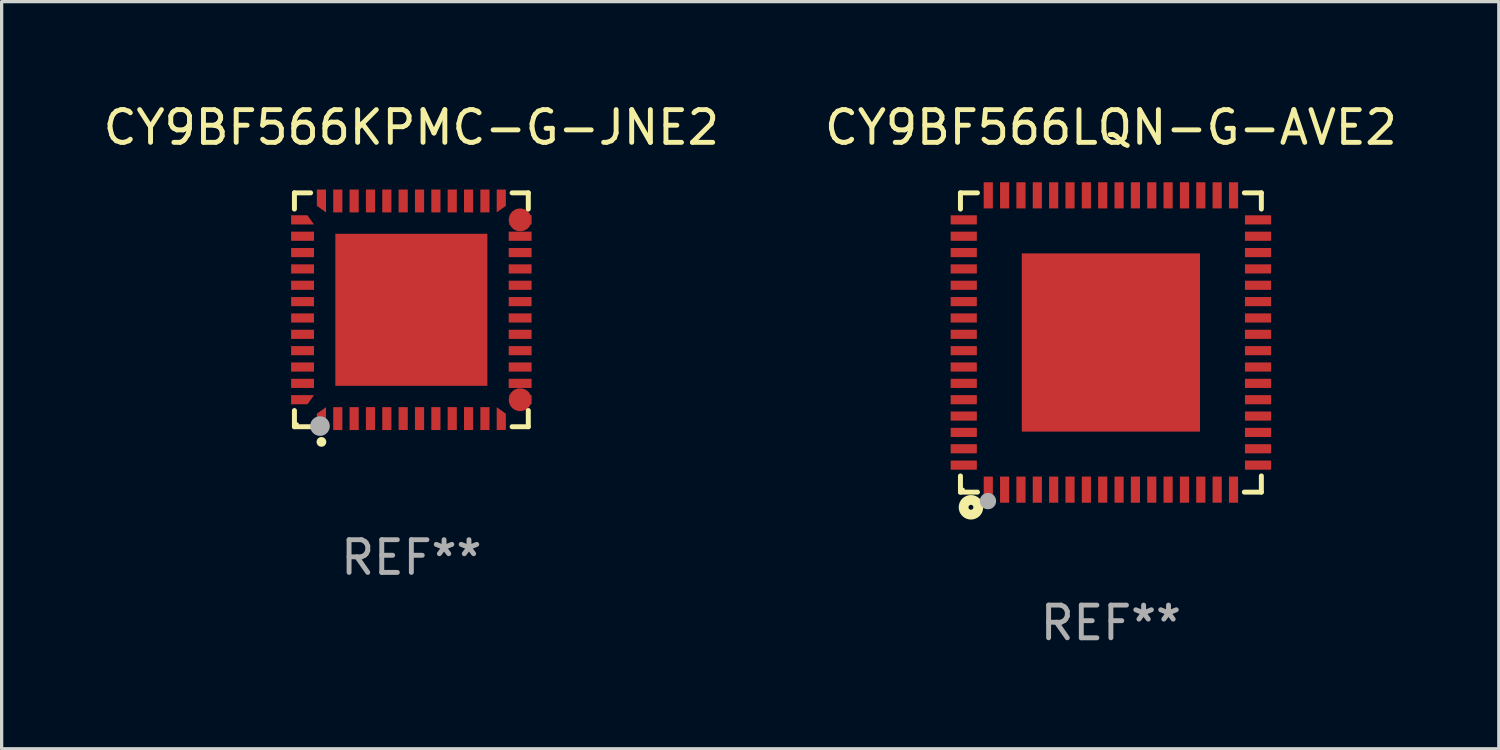
<source format=kicad_pcb>
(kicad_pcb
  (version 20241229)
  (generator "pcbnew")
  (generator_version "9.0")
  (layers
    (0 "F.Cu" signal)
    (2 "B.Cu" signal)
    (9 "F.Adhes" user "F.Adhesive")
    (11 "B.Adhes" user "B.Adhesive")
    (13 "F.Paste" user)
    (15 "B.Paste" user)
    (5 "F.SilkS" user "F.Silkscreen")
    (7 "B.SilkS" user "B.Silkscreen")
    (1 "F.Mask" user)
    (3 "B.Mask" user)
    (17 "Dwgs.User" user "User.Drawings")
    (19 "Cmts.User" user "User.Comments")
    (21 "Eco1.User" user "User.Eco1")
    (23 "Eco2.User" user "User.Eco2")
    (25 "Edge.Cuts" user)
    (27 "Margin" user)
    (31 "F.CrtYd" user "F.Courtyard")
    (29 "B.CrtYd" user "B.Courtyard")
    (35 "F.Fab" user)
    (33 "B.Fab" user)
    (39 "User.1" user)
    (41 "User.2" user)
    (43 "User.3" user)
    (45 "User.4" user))
  (footprint "CY9BF566LQN-G-AVE2"
    (layer "F.Cu")
    (at 30.923 7.424)
    (property "Reference" "CY9BF566LQN-G-AVE2" (at 0 -6.576 0) (layer "F.SilkS") (effects (font (size 1 1) (thickness 0.15))))
    (attr through_hole)
    (fp_line (start -4.601 -4.576) (end -4.081 -4.576) (stroke (width 0.152) (type solid)) (layer "F.SilkS"))
    (fp_line (start -4.601 -4.081) (end -4.601 -4.576) (stroke (width 0.152) (type solid)) (layer "F.SilkS"))
    (fp_line (start -4.601 4.081) (end -4.601 4.576) (stroke (width 0.152) (type solid)) (layer "F.SilkS"))
    (fp_line (start -4.601 4.576) (end -4.081 4.576) (stroke (width 0.152) (type solid)) (layer "F.SilkS"))
    (fp_line (start 4.601 -4.576) (end 4.081 -4.576) (stroke (width 0.152) (type solid)) (layer "F.SilkS"))
    (fp_line (start 4.601 -4.081) (end 4.601 -4.576) (stroke (width 0.152) (type solid)) (layer "F.SilkS"))
    (fp_line (start 4.601 4.081) (end 4.601 4.576) (stroke (width 0.152) (type solid)) (layer "F.SilkS"))
    (fp_line (start 4.601 4.576) (end 4.081 4.576) (stroke (width 0.152) (type solid)) (layer "F.SilkS"))
    (fp_circle (center -4.525 4.5) (end -4.495 4.5) (stroke (width 0.06) (type solid)) (fill no) (layer "F.SilkS"))
    (fp_circle (center -4.28 5.04) (end -4.205 5.04) (stroke (width 0.3) (type solid)) (fill no) (layer "F.SilkS"))
    (fp_circle (center -3.76 4.85) (end -3.635 4.85) (stroke (width 0.25) (type solid)) (fill no) (layer "F.Fab"))
    (fp_text user "REF**" (at 0 8.576 0) (layer "F.Fab") (effects (font (size 1 1) (thickness 0.15))))
    (pad "1" smd rect (at -3.75 4.5) (size 0.28 0.8) (layers "F.Cu" "F.Mask" "F.Paste"))
    (pad "2" smd rect (at -3.25 4.5) (size 0.28 0.8) (layers "F.Cu" "F.Mask" "F.Paste"))
    (pad "3" smd rect (at -2.75 4.5) (size 0.28 0.8) (layers "F.Cu" "F.Mask" "F.Paste"))
    (pad "4" smd rect (at -2.25 4.5) (size 0.28 0.8) (layers "F.Cu" "F.Mask" "F.Paste"))
    (pad "5" smd rect (at -1.75 4.5) (size 0.28 0.8) (layers "F.Cu" "F.Mask" "F.Paste"))
    (pad "6" smd rect (at -1.25 4.5) (size 0.28 0.8) (layers "F.Cu" "F.Mask" "F.Paste"))
    (pad "7" smd rect (at -0.75 4.5) (size 0.28 0.8) (layers "F.Cu" "F.Mask" "F.Paste"))
    (pad "8" smd rect (at -0.25 4.5) (size 0.28 0.8) (layers "F.Cu" "F.Mask" "F.Paste"))
    (pad "9" smd rect (at 0.25 4.5) (size 0.28 0.8) (layers "F.Cu" "F.Mask" "F.Paste"))
    (pad "10" smd rect (at 0.75 4.5) (size 0.28 0.8) (layers "F.Cu" "F.Mask" "F.Paste"))
    (pad "11" smd rect (at 1.25 4.5) (size 0.28 0.8) (layers "F.Cu" "F.Mask" "F.Paste"))
    (pad "12" smd rect (at 1.75 4.5) (size 0.28 0.8) (layers "F.Cu" "F.Mask" "F.Paste"))
    (pad "13" smd rect (at 2.25 4.5) (size 0.28 0.8) (layers "F.Cu" "F.Mask" "F.Paste"))
    (pad "14" smd rect (at 2.75 4.5) (size 0.28 0.8) (layers "F.Cu" "F.Mask" "F.Paste"))
    (pad "15" smd rect (at 3.25 4.5) (size 0.28 0.8) (layers "F.Cu" "F.Mask" "F.Paste"))
    (pad "16" smd rect (at 3.75 4.5) (size 0.28 0.8) (layers "F.Cu" "F.Mask" "F.Paste"))
    (pad "17" smd rect (at 4.5 3.75) (size 0.8 0.28) (layers "F.Cu" "F.Mask" "F.Paste"))
    (pad "18" smd rect (at 4.5 3.25) (size 0.8 0.28) (layers "F.Cu" "F.Mask" "F.Paste"))
    (pad "19" smd rect (at 4.5 2.75) (size 0.8 0.28) (layers "F.Cu" "F.Mask" "F.Paste"))
    (pad "20" smd rect (at 4.5 2.25) (size 0.8 0.28) (layers "F.Cu" "F.Mask" "F.Paste"))
    (pad "21" smd rect (at 4.5 1.75) (size 0.8 0.28) (layers "F.Cu" "F.Mask" "F.Paste"))
    (pad "22" smd rect (at 4.5 1.25) (size 0.8 0.28) (layers "F.Cu" "F.Mask" "F.Paste"))
    (pad "23" smd rect (at 4.5 0.75) (size 0.8 0.28) (layers "F.Cu" "F.Mask" "F.Paste"))
    (pad "24" smd rect (at 4.5 0.25) (size 0.8 0.28) (layers "F.Cu" "F.Mask" "F.Paste"))
    (pad "25" smd rect (at 4.5 -0.25) (size 0.8 0.28) (layers "F.Cu" "F.Mask" "F.Paste"))
    (pad "26" smd rect (at 4.5 -0.75) (size 0.8 0.28) (layers "F.Cu" "F.Mask" "F.Paste"))
    (pad "27" smd rect (at 4.5 -1.25) (size 0.8 0.28) (layers "F.Cu" "F.Mask" "F.Paste"))
    (pad "28" smd rect (at 4.5 -1.75) (size 0.8 0.28) (layers "F.Cu" "F.Mask" "F.Paste"))
    (pad "29" smd rect (at 4.5 -2.25) (size 0.8 0.28) (layers "F.Cu" "F.Mask" "F.Paste"))
    (pad "30" smd rect (at 4.5 -2.75) (size 0.8 0.28) (layers "F.Cu" "F.Mask" "F.Paste"))
    (pad "31" smd rect (at 4.5 -3.25) (size 0.8 0.28) (layers "F.Cu" "F.Mask" "F.Paste"))
    (pad "32" smd rect (at 4.5 -3.75) (size 0.8 0.28) (layers "F.Cu" "F.Mask" "F.Paste"))
    (pad "33" smd rect (at 3.75 -4.5) (size 0.28 0.8) (layers "F.Cu" "F.Mask" "F.Paste"))
    (pad "34" smd rect (at 3.25 -4.5) (size 0.28 0.8) (layers "F.Cu" "F.Mask" "F.Paste"))
    (pad "35" smd rect (at 2.75 -4.5) (size 0.28 0.8) (layers "F.Cu" "F.Mask" "F.Paste"))
    (pad "36" smd rect (at 2.25 -4.5) (size 0.28 0.8) (layers "F.Cu" "F.Mask" "F.Paste"))
    (pad "37" smd rect (at 1.75 -4.5) (size 0.28 0.8) (layers "F.Cu" "F.Mask" "F.Paste"))
    (pad "38" smd rect (at 1.25 -4.5) (size 0.28 0.8) (layers "F.Cu" "F.Mask" "F.Paste"))
    (pad "39" smd rect (at 0.75 -4.5) (size 0.28 0.8) (layers "F.Cu" "F.Mask" "F.Paste"))
    (pad "40" smd rect (at 0.25 -4.5) (size 0.28 0.8) (layers "F.Cu" "F.Mask" "F.Paste"))
    (pad "41" smd rect (at -0.25 -4.5) (size 0.28 0.8) (layers "F.Cu" "F.Mask" "F.Paste"))
    (pad "42" smd rect (at -0.75 -4.5) (size 0.28 0.8) (layers "F.Cu" "F.Mask" "F.Paste"))
    (pad "43" smd rect (at -1.25 -4.5) (size 0.28 0.8) (layers "F.Cu" "F.Mask" "F.Paste"))
    (pad "44" smd rect (at -1.75 -4.5) (size 0.28 0.8) (layers "F.Cu" "F.Mask" "F.Paste"))
    (pad "45" smd rect (at -2.25 -4.5) (size 0.28 0.8) (layers "F.Cu" "F.Mask" "F.Paste"))
    (pad "46" smd rect (at -2.75 -4.5) (size 0.28 0.8) (layers "F.Cu" "F.Mask" "F.Paste"))
    (pad "47" smd rect (at -3.25 -4.5) (size 0.28 0.8) (layers "F.Cu" "F.Mask" "F.Paste"))
    (pad "48" smd rect (at -3.75 -4.5) (size 0.28 0.8) (layers "F.Cu" "F.Mask" "F.Paste"))
    (pad "49" smd rect (at -4.5 -3.75) (size 0.8 0.28) (layers "F.Cu" "F.Mask" "F.Paste"))
    (pad "50" smd rect (at -4.5 -3.25) (size 0.8 0.28) (layers "F.Cu" "F.Mask" "F.Paste"))
    (pad "51" smd rect (at -4.5 -2.75) (size 0.8 0.28) (layers "F.Cu" "F.Mask" "F.Paste"))
    (pad "52" smd rect (at -4.5 -2.25) (size 0.8 0.28) (layers "F.Cu" "F.Mask" "F.Paste"))
    (pad "53" smd rect (at -4.5 -1.75) (size 0.8 0.28) (layers "F.Cu" "F.Mask" "F.Paste"))
    (pad "54" smd rect (at -4.5 -1.25) (size 0.8 0.28) (layers "F.Cu" "F.Mask" "F.Paste"))
    (pad "55" smd rect (at -4.5 -0.75) (size 0.8 0.28) (layers "F.Cu" "F.Mask" "F.Paste"))
    (pad "56" smd rect (at -4.5 -0.25) (size 0.8 0.28) (layers "F.Cu" "F.Mask" "F.Paste"))
    (pad "57" smd rect (at -4.5 0.25) (size 0.8 0.28) (layers "F.Cu" "F.Mask" "F.Paste"))
    (pad "58" smd rect (at -4.5 0.75) (size 0.8 0.28) (layers "F.Cu" "F.Mask" "F.Paste"))
    (pad "59" smd rect (at -4.5 1.25) (size 0.8 0.28) (layers "F.Cu" "F.Mask" "F.Paste"))
    (pad "60" smd rect (at -4.5 1.75) (size 0.8 0.28) (layers "F.Cu" "F.Mask" "F.Paste"))
    (pad "61" smd rect (at -4.5 2.25) (size 0.8 0.28) (layers "F.Cu" "F.Mask" "F.Paste"))
    (pad "62" smd rect (at -4.5 2.75) (size 0.8 0.28) (layers "F.Cu" "F.Mask" "F.Paste"))
    (pad "63" smd rect (at -4.5 3.25) (size 0.8 0.28) (layers "F.Cu" "F.Mask" "F.Paste"))
    (pad "64" smd rect (at -4.5 3.75) (size 0.8 0.28) (layers "F.Cu" "F.Mask" "F.Paste"))
    (pad "65" smd rect (at 0 0) (size 5.45 5.45) (layers "F.Cu" "F.Mask" "F.Paste")))
  (footprint "CY9BF566KPMC-G-JNE2"
    (layer "F.Cu")
    (at 9.53 6.424)
    (property "Reference" "CY9BF566KPMC-G-JNE2" (at 0 -5.576 0) (layer "F.SilkS") (effects (font (size 1 1) (thickness 0.15))))
    (attr through_hole)
    (fp_line (start -3.576 -3.576) (end -3.081 -3.576) (stroke (width 0.152) (type solid)) (layer "F.SilkS"))
    (fp_line (start -3.576 -3.081) (end -3.576 -3.576) (stroke (width 0.152) (type solid)) (layer "F.SilkS"))
    (fp_line (start -3.576 3.081) (end -3.576 3.576) (stroke (width 0.152) (type solid)) (layer "F.SilkS"))
    (fp_line (start -3.576 3.576) (end -3.081 3.576) (stroke (width 0.152) (type solid)) (layer "F.SilkS"))
    (fp_line (start 3.576 -3.576) (end 3.081 -3.576) (stroke (width 0.152) (type solid)) (layer "F.SilkS"))
    (fp_line (start 3.576 -3.081) (end 3.576 -3.576) (stroke (width 0.152) (type solid)) (layer "F.SilkS"))
    (fp_line (start 3.576 3.081) (end 3.576 3.576) (stroke (width 0.152) (type solid)) (layer "F.SilkS"))
    (fp_line (start 3.576 3.576) (end 3.081 3.576) (stroke (width 0.152) (type solid)) (layer "F.SilkS"))
    (fp_circle (center -3.5 3.5) (end -3.47 3.5) (stroke (width 0.06) (type solid)) (fill no) (layer "F.SilkS"))
    (fp_circle (center -2.75 4.04) (end -2.675 4.04) (stroke (width 0.15) (type solid)) (fill no) (layer "F.SilkS"))
    (fp_circle (center -2.794 3.556) (end -2.644 3.556) (stroke (width 0.3) (type solid)) (fill no) (layer "F.Fab"))
    (fp_text user "REF**" (at 0 7.576 0) (layer "F.Fab") (effects (font (size 1 1) (thickness 0.15))))
    (pad "1" smd custom (at -2.75 3.327) (size 0.28 0.7) (layers "F.Cu" "F.Mask" "F.Paste") (options (anchor circle)) (primitives (gr_poly (pts (xy -0.14 -0.15) (xy 0.14 -0.35) (xy 0.14 0.35) (xy -0.14 0.35)) (width 0) (fill yes))))
    (pad "2" smd rect (at -2.25 3.327) (size 0.28 0.7) (layers "F.Cu" "F.Mask" "F.Paste"))
    (pad "3" smd rect (at -1.75 3.327) (size 0.28 0.7) (layers "F.Cu" "F.Mask" "F.Paste"))
    (pad "4" smd rect (at -1.25 3.327) (size 0.28 0.7) (layers "F.Cu" "F.Mask" "F.Paste"))
    (pad "5" smd rect (at -0.75 3.327) (size 0.28 0.7) (layers "F.Cu" "F.Mask" "F.Paste"))
    (pad "6" smd rect (at -0.25 3.327) (size 0.28 0.7) (layers "F.Cu" "F.Mask" "F.Paste"))
    (pad "7" smd rect (at 0.25 3.327) (size 0.28 0.7) (layers "F.Cu" "F.Mask" "F.Paste"))
    (pad "8" smd rect (at 0.75 3.327) (size 0.28 0.7) (layers "F.Cu" "F.Mask" "F.Paste"))
    (pad "9" smd rect (at 1.25 3.327) (size 0.28 0.7) (layers "F.Cu" "F.Mask" "F.Paste"))
    (pad "10" smd rect (at 1.75 3.327) (size 0.28 0.7) (layers "F.Cu" "F.Mask" "F.Paste"))
    (pad "11" smd rect (at 2.25 3.327) (size 0.28 0.7) (layers "F.Cu" "F.Mask" "F.Paste"))
    (pad "12" smd custom (at 2.75 3.327) (size 0.28 0.7) (layers "F.Cu" "F.Mask" "F.Paste") (options (anchor circle)) (primitives (gr_poly (pts (xy -0.14 -0.35) (xy 0.14 -0.15) (xy 0.14 0.35) (xy -0.14 0.35)) (width 0) (fill yes))))
    (pad "13" smd custom (at 3.327 2.75) (size 0.7 0.28) (layers "F.Cu" "F.Mask" "F.Paste") (options (anchor circle)) (primitives (gr_poly (pts (xy -0.35 -0.14) (xy 0.35 -0.14) (xy 0.35 0.14) (xy -0.15 0.14)) (width 0) (fill yes))))
    (pad "14" smd rect (at 3.327 2.25) (size 0.7 0.28) (layers "F.Cu" "F.Mask" "F.Paste"))
    (pad "15" smd rect (at 3.327 1.75) (size 0.7 0.28) (layers "F.Cu" "F.Mask" "F.Paste"))
    (pad "16" smd rect (at 3.327 1.25) (size 0.7 0.28) (layers "F.Cu" "F.Mask" "F.Paste"))
    (pad "17" smd rect (at 3.327 0.75) (size 0.7 0.28) (layers "F.Cu" "F.Mask" "F.Paste"))
    (pad "18" smd rect (at 3.327 0.25) (size 0.7 0.28) (layers "F.Cu" "F.Mask" "F.Paste"))
    (pad "19" smd rect (at 3.327 -0.25) (size 0.7 0.28) (layers "F.Cu" "F.Mask" "F.Paste"))
    (pad "20" smd rect (at 3.327 -0.75) (size 0.7 0.28) (layers "F.Cu" "F.Mask" "F.Paste"))
    (pad "21" smd rect (at 3.327 -1.25) (size 0.7 0.28) (layers "F.Cu" "F.Mask" "F.Paste"))
    (pad "22" smd rect (at 3.327 -1.75) (size 0.7 0.28) (layers "F.Cu" "F.Mask" "F.Paste"))
    (pad "23" smd rect (at 3.327 -2.25) (size 0.7 0.28) (layers "F.Cu" "F.Mask" "F.Paste"))
    (pad "24" smd custom (at 3.327 -2.75) (size 0.7 0.28) (layers "F.Cu" "F.Mask" "F.Paste") (options (anchor circle)) (primitives (gr_poly (pts (xy -0.15 -0.14) (xy 0.35 -0.14) (xy 0.35 0.14) (xy -0.35 0.14)) (width 0) (fill yes))))
    (pad "25" smd custom (at 2.75 -3.328) (size 0.28 0.7) (layers "F.Cu" "F.Mask" "F.Paste") (options (anchor circle)) (primitives (gr_poly (pts (xy -0.14 -0.35) (xy 0.14 -0.35) (xy 0.14 0.15) (xy -0.14 0.35)) (width 0) (fill yes))))
    (pad "26" smd rect (at 2.25 -3.328) (size 0.28 0.7) (layers "F.Cu" "F.Mask" "F.Paste"))
    (pad "27" smd rect (at 1.75 -3.328) (size 0.28 0.7) (layers "F.Cu" "F.Mask" "F.Paste"))
    (pad "28" smd rect (at 1.25 -3.328) (size 0.28 0.7) (layers "F.Cu" "F.Mask" "F.Paste"))
    (pad "29" smd rect (at 0.75 -3.328) (size 0.28 0.7) (layers "F.Cu" "F.Mask" "F.Paste"))
    (pad "30" smd rect (at 0.25 -3.328) (size 0.28 0.7) (layers "F.Cu" "F.Mask" "F.Paste"))
    (pad "31" smd rect (at -0.25 -3.328) (size 0.28 0.7) (layers "F.Cu" "F.Mask" "F.Paste"))
    (pad "32" smd rect (at -0.75 -3.328) (size 0.28 0.7) (layers "F.Cu" "F.Mask" "F.Paste"))
    (pad "33" smd rect (at -1.25 -3.328) (size 0.28 0.7) (layers "F.Cu" "F.Mask" "F.Paste"))
    (pad "34" smd rect (at -1.75 -3.328) (size 0.28 0.7) (layers "F.Cu" "F.Mask" "F.Paste"))
    (pad "35" smd rect (at -2.25 -3.328) (size 0.28 0.7) (layers "F.Cu" "F.Mask" "F.Paste"))
    (pad "36" smd custom (at -2.75 -3.328) (size 0.28 0.7) (layers "F.Cu" "F.Mask" "F.Paste") (options (anchor circle)) (primitives (gr_poly (pts (xy -0.14 -0.35) (xy 0.14 -0.35) (xy 0.14 0.35) (xy -0.14 0.15)) (width 0) (fill yes))))
    (pad "37" smd custom (at -3.327 -2.75) (size 0.28 0.7) (layers "F.Cu" "F.Mask" "F.Paste") (options (anchor circle)) (primitives (gr_poly (pts (xy -0.35 -0.14) (xy 0.15 -0.14) (xy 0.35 0.14) (xy -0.35 0.14)) (width 0) (fill yes))))
    (pad "38" smd rect (at -3.327 -2.25) (size 0.7 0.28) (layers "F.Cu" "F.Mask" "F.Paste"))
    (pad "39" smd rect (at -3.327 -1.75) (size 0.7 0.28) (layers "F.Cu" "F.Mask" "F.Paste"))
    (pad "40" smd rect (at -3.327 -1.25) (size 0.7 0.28) (layers "F.Cu" "F.Mask" "F.Paste"))
    (pad "41" smd rect (at -3.327 -0.75) (size 0.7 0.28) (layers "F.Cu" "F.Mask" "F.Paste"))
    (pad "42" smd rect (at -3.327 -0.25) (size 0.7 0.28) (layers "F.Cu" "F.Mask" "F.Paste"))
    (pad "43" smd rect (at -3.327 0.25) (size 0.7 0.28) (layers "F.Cu" "F.Mask" "F.Paste"))
    (pad "44" smd rect (at -3.327 0.75) (size 0.7 0.28) (layers "F.Cu" "F.Mask" "F.Paste"))
    (pad "45" smd rect (at -3.327 1.25) (size 0.7 0.28) (layers "F.Cu" "F.Mask" "F.Paste"))
    (pad "46" smd rect (at -3.327 1.75) (size 0.7 0.28) (layers "F.Cu" "F.Mask" "F.Paste"))
    (pad "47" smd rect (at -3.327 2.25) (size 0.7 0.28) (layers "F.Cu" "F.Mask" "F.Paste"))
    (pad "48" smd custom (at -3.327 2.75) (size 0.28 0.7) (layers "F.Cu" "F.Mask" "F.Paste") (options (anchor circle)) (primitives (gr_poly (pts (xy -0.35 -0.14) (xy 0.35 -0.14) (xy 0.15 0.14) (xy -0.35 0.14)) (width 0) (fill yes))))
    (pad "49" smd rect (at 0.000013 0.000051) (size 4.65 4.65) (layers "F.Cu" "F.Mask" "F.Paste")))
  (gr_rect
    (start -3 -3)
    (end 42.786 19.849)
    (stroke (width 0.1) (type default))
    (fill no)
    (layer "Edge.Cuts")))
</source>
